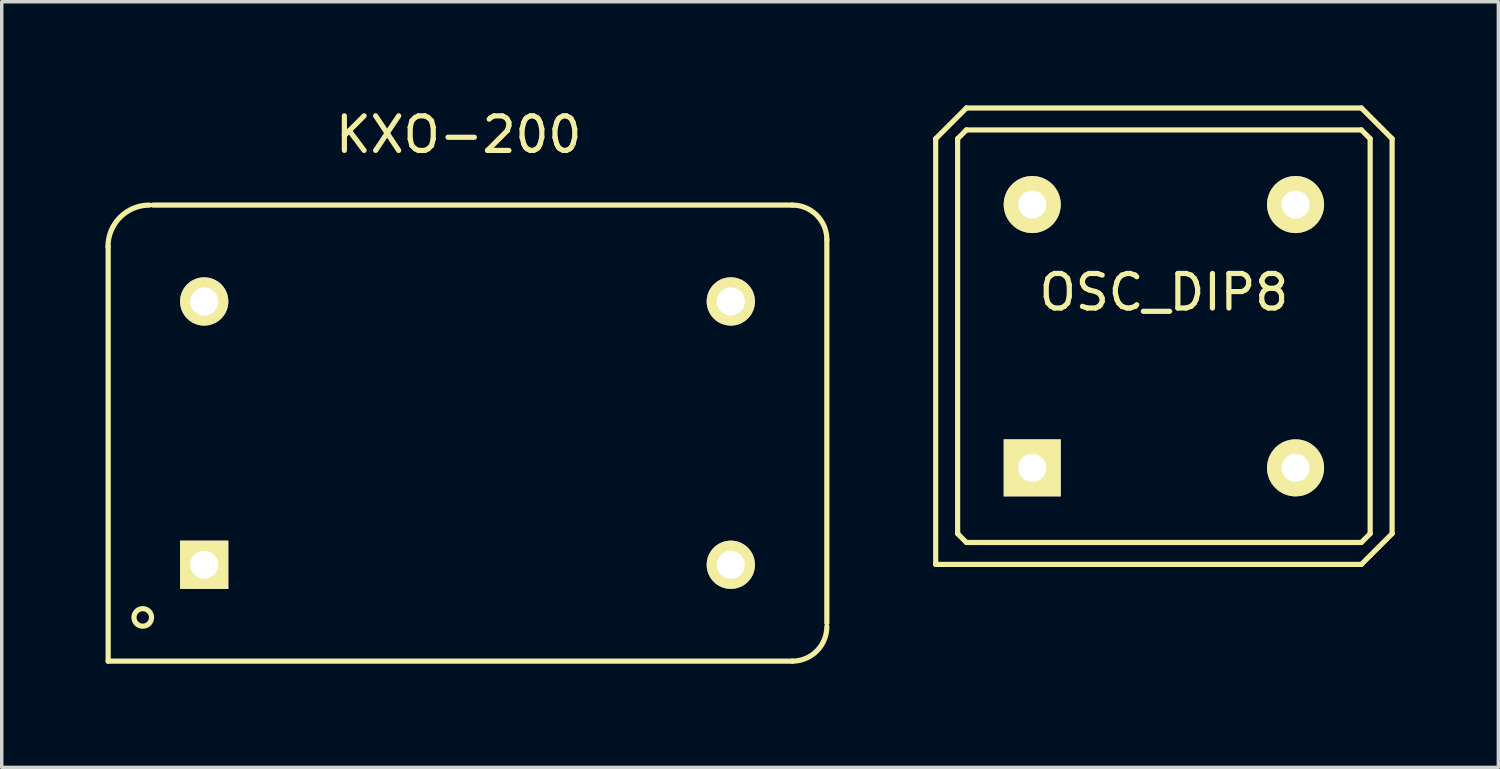
<source format=kicad_pcb>
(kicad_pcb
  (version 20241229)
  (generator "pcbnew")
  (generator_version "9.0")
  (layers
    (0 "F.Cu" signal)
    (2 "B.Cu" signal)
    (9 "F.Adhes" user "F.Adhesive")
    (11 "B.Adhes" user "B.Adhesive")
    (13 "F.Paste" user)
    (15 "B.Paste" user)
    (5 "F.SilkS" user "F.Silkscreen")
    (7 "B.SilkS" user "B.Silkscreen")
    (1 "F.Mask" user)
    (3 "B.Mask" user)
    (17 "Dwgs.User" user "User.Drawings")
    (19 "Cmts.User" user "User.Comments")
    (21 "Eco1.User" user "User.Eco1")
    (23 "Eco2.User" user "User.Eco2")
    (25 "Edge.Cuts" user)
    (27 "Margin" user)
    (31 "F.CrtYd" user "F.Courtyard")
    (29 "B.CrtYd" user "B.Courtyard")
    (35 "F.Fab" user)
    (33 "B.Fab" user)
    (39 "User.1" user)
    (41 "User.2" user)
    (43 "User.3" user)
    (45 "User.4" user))
  (footprint "OSC_DIP8"
    (layer "F.Cu")
    (at 30.632 6.679)
    (property "Reference" "OSC_DIP8" (at 0 -1.27 0) (layer "F.SilkS") (effects (font (size 1 1) (thickness 0.15))))
    (attr through_hole)
    (fp_line (start -6.604 -5.715) (end -6.604 6.604) (stroke (width 0.15) (type solid)) (layer "F.SilkS"))
    (fp_line (start -6.604 6.604) (end 5.715 6.604) (stroke (width 0.15) (type solid)) (layer "F.SilkS"))
    (fp_line (start -5.969 -5.715) (end -5.969 5.715) (stroke (width 0.15) (type solid)) (layer "F.SilkS"))
    (fp_line (start -5.969 5.715) (end -5.715 5.969) (stroke (width 0.15) (type solid)) (layer "F.SilkS"))
    (fp_line (start -5.715 -6.604) (end -6.604 -5.715) (stroke (width 0.15) (type solid)) (layer "F.SilkS"))
    (fp_line (start -5.715 -5.969) (end -5.969 -5.715) (stroke (width 0.15) (type solid)) (layer "F.SilkS"))
    (fp_line (start -5.715 5.969) (end 5.715 5.969) (stroke (width 0.15) (type solid)) (layer "F.SilkS"))
    (fp_line (start 5.715 -6.604) (end -5.715 -6.604) (stroke (width 0.15) (type solid)) (layer "F.SilkS"))
    (fp_line (start 5.715 -5.969) (end -5.715 -5.969) (stroke (width 0.15) (type solid)) (layer "F.SilkS"))
    (fp_line (start 5.715 5.969) (end 5.969 5.715) (stroke (width 0.15) (type solid)) (layer "F.SilkS"))
    (fp_line (start 5.715 6.604) (end 6.604 5.715) (stroke (width 0.15) (type solid)) (layer "F.SilkS"))
    (fp_line (start 5.969 -5.715) (end 5.715 -5.969) (stroke (width 0.15) (type solid)) (layer "F.SilkS"))
    (fp_line (start 5.969 5.715) (end 5.969 -5.715) (stroke (width 0.15) (type solid)) (layer "F.SilkS"))
    (fp_line (start 6.604 -5.715) (end 5.715 -6.604) (stroke (width 0.15) (type solid)) (layer "F.SilkS"))
    (fp_line (start 6.604 5.715) (end 6.604 -5.715) (stroke (width 0.15) (type solid)) (layer "F.SilkS"))
    (pad "1" thru_hole rect (at -3.81 3.81) (size 1.651 1.651) (drill 0.813) (layers "*.Cu" "*.Mask" "F.SilkS"))
    (pad "4" thru_hole circle (at 3.81 3.81) (size 1.651 1.651) (drill 0.813) (layers "*.Cu" "*.Mask" "F.SilkS"))
    (pad "5" thru_hole circle (at 3.81 -3.81) (size 1.651 1.651) (drill 0.813) (layers "*.Cu" "*.Mask" "F.SilkS"))
    (pad "8" thru_hole circle (at -3.81 -3.81) (size 1.651 1.651) (drill 0.813) (layers "*.Cu" "*.Mask" "F.SilkS")))
  (footprint "KXO-200"
    (layer "F.Cu")
    (at 10.479 9.484)
    (property "Reference" "KXO-200" (at -0.254 -8.636 0) (layer "F.SilkS") (effects (font (size 1 1) (thickness 0.15))))
    (attr through_hole)
    (fp_line (start -10.399 -5.4) (end -10.399 6.599) (stroke (width 0.15) (type solid)) (layer "F.SilkS"))
    (fp_line (start -9.101 -6.599) (end 9.401 -6.599) (stroke (width 0.15) (type solid)) (layer "F.SilkS"))
    (fp_line (start 9.401 6.599) (end -10.399 6.599) (stroke (width 0.15) (type solid)) (layer "F.SilkS"))
    (fp_line (start 10.399 -5.601) (end 10.399 5.499) (stroke (width 0.15) (type solid)) (layer "F.SilkS"))
    (fp_arc (start -10.40384 -5.40004) (mid -10.052696 -6.247776) (end -9.20496 -6.59892) (stroke (width 0.15) (type solid)) (layer "F.SilkS"))
    (fp_arc (start 9.40054 -6.59892) (mid 10.106388 -6.306548) (end 10.39876 -5.6007) (stroke (width 0.15) (type solid)) (layer "F.SilkS"))
    (fp_arc (start 10.39876 5.6007) (mid 10.106388 6.306548) (end 9.40054 6.59892) (stroke (width 0.15) (type solid)) (layer "F.SilkS"))
    (fp_circle (center -9.398 5.334) (end -9.398 5.588) (stroke (width 0.15) (type solid)) (fill no) (layer "F.SilkS"))
    (pad "1" thru_hole rect (at -7.62 3.81) (size 1.397 1.397) (drill 0.813) (layers "*.Cu" "*.Mask" "F.SilkS"))
    (pad "7" thru_hole circle (at 7.62 3.81) (size 1.397 1.397) (drill 0.813) (layers "*.Cu" "*.Mask" "F.SilkS"))
    (pad "8" thru_hole circle (at 7.62 -3.81) (size 1.397 1.397) (drill 0.813) (layers "*.Cu" "*.Mask" "F.SilkS"))
    (pad "14" thru_hole circle (at -7.62 -3.81) (size 1.397 1.397) (drill 0.813) (layers "*.Cu" "*.Mask" "F.SilkS")))
  (gr_rect
    (start -3 -3)
    (end 40.311 19.158)
    (stroke (width 0.1) (type default))
    (fill no)
    (layer "Edge.Cuts")))
</source>
